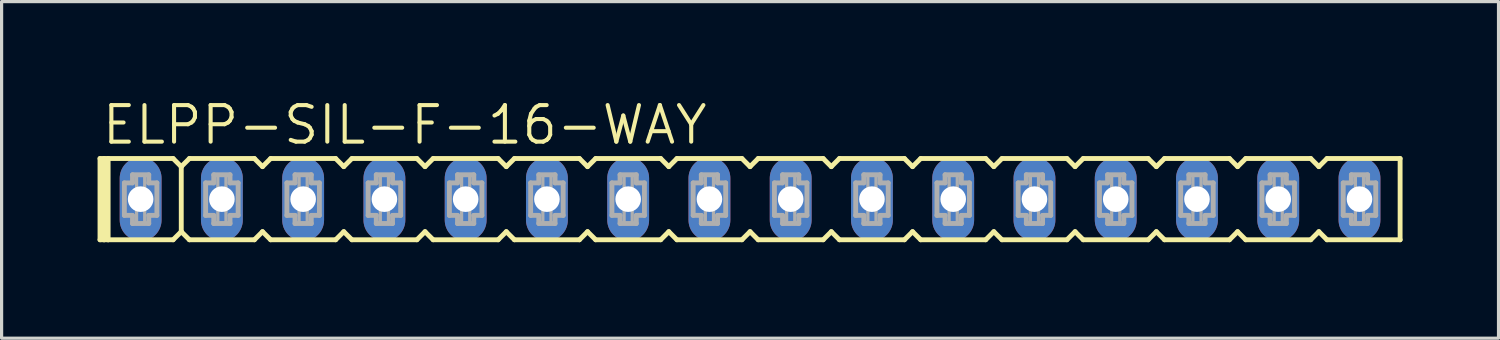
<source format=kicad_pcb>
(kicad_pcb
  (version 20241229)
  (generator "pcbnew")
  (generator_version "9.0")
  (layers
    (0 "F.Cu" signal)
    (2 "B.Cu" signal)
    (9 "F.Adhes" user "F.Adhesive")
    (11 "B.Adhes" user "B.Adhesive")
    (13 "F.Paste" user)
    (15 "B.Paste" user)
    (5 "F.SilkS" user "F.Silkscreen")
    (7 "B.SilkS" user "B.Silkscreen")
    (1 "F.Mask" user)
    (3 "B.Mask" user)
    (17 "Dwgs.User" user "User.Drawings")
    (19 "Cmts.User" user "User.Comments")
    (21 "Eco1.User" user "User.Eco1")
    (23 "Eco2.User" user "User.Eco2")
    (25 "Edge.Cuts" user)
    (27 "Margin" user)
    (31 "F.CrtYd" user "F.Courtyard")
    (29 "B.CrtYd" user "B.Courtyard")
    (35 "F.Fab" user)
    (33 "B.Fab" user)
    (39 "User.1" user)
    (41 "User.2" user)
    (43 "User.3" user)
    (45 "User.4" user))
  (footprint "ELPP-SIL-F-16-WAY"
    (layer "F.Cu")
    (at 20.396 3.175)
    (property "Reference" "ELPP-SIL-F-16-WAY" (at -20.32 -1.651 0) (unlocked yes) (layer "F.SilkS") (effects (font (size 1.143 1.143) (thickness 0.127)) (justify left bottom)))
    (fp_line (start -20.32 -1.27) (end -20.32 1.27) (stroke (width 0.152) (type solid)) (layer "F.SilkS"))
    (fp_line (start -20.32 1.27) (end -20.193 1.27) (stroke (width 0.152) (type solid)) (layer "F.SilkS"))
    (fp_line (start -20.193 -1.27) (end -20.32 -1.27) (stroke (width 0.152) (type solid)) (layer "F.SilkS"))
    (fp_line (start -20.193 -1.27) (end -20.193 1.27) (stroke (width 0.152) (type solid)) (layer "F.SilkS"))
    (fp_line (start -20.193 1.27) (end -20.066 1.27) (stroke (width 0.152) (type solid)) (layer "F.SilkS"))
    (fp_line (start -20.066 -1.27) (end -20.193 -1.27) (stroke (width 0.152) (type solid)) (layer "F.SilkS"))
    (fp_line (start -20.066 -1.27) (end -20.066 1.27) (stroke (width 0.152) (type solid)) (layer "F.SilkS"))
    (fp_line (start -20.066 1.27) (end -18.034 1.27) (stroke (width 0.152) (type solid)) (layer "F.SilkS"))
    (fp_line (start -18.034 -1.27) (end -20.066 -1.27) (stroke (width 0.152) (type solid)) (layer "F.SilkS"))
    (fp_line (start -18.034 1.27) (end -17.78 1.016) (stroke (width 0.152) (type solid)) (layer "F.SilkS"))
    (fp_line (start -17.78 -1.016) (end -18.034 -1.27) (stroke (width 0.152) (type solid)) (layer "F.SilkS"))
    (fp_line (start -17.78 -1.016) (end -17.78 1.016) (stroke (width 0.152) (type solid)) (layer "F.SilkS"))
    (fp_line (start -17.78 1.016) (end -17.526 1.27) (stroke (width 0.152) (type solid)) (layer "F.SilkS"))
    (fp_line (start -17.526 -1.27) (end -17.78 -1.016) (stroke (width 0.152) (type solid)) (layer "F.SilkS"))
    (fp_line (start -17.526 1.27) (end -15.494 1.27) (stroke (width 0.152) (type solid)) (layer "F.SilkS"))
    (fp_line (start -15.494 -1.27) (end -17.526 -1.27) (stroke (width 0.152) (type solid)) (layer "F.SilkS"))
    (fp_line (start -15.494 1.27) (end -15.24 1.016) (stroke (width 0.152) (type solid)) (layer "F.SilkS"))
    (fp_line (start -15.24 -1.016) (end -15.494 -1.27) (stroke (width 0.152) (type solid)) (layer "F.SilkS"))
    (fp_line (start -15.24 1.016) (end -14.986 1.27) (stroke (width 0.152) (type solid)) (layer "F.SilkS"))
    (fp_line (start -14.986 -1.27) (end -15.24 -1.016) (stroke (width 0.152) (type solid)) (layer "F.SilkS"))
    (fp_line (start -14.986 1.27) (end -12.954 1.27) (stroke (width 0.152) (type solid)) (layer "F.SilkS"))
    (fp_line (start -12.954 -1.27) (end -14.986 -1.27) (stroke (width 0.152) (type solid)) (layer "F.SilkS"))
    (fp_line (start -12.954 1.27) (end -12.7 1.016) (stroke (width 0.152) (type solid)) (layer "F.SilkS"))
    (fp_line (start -12.7 -1.016) (end -12.954 -1.27) (stroke (width 0.152) (type solid)) (layer "F.SilkS"))
    (fp_line (start -12.7 1.016) (end -12.446 1.27) (stroke (width 0.152) (type solid)) (layer "F.SilkS"))
    (fp_line (start -12.446 -1.27) (end -12.7 -1.016) (stroke (width 0.152) (type solid)) (layer "F.SilkS"))
    (fp_line (start -12.446 1.27) (end -10.414 1.27) (stroke (width 0.152) (type solid)) (layer "F.SilkS"))
    (fp_line (start -10.414 -1.27) (end -12.446 -1.27) (stroke (width 0.152) (type solid)) (layer "F.SilkS"))
    (fp_line (start -10.414 1.27) (end -10.16 1.016) (stroke (width 0.152) (type solid)) (layer "F.SilkS"))
    (fp_line (start -10.16 -1.016) (end -10.414 -1.27) (stroke (width 0.152) (type solid)) (layer "F.SilkS"))
    (fp_line (start -10.16 1.016) (end -9.906 1.27) (stroke (width 0.152) (type solid)) (layer "F.SilkS"))
    (fp_line (start -9.906 -1.27) (end -10.16 -1.016) (stroke (width 0.152) (type solid)) (layer "F.SilkS"))
    (fp_line (start -9.906 1.27) (end -7.874 1.27) (stroke (width 0.152) (type solid)) (layer "F.SilkS"))
    (fp_line (start -7.874 -1.27) (end -9.906 -1.27) (stroke (width 0.152) (type solid)) (layer "F.SilkS"))
    (fp_line (start -7.874 1.27) (end -7.62 1.016) (stroke (width 0.152) (type solid)) (layer "F.SilkS"))
    (fp_line (start -7.62 -1.016) (end -7.874 -1.27) (stroke (width 0.152) (type solid)) (layer "F.SilkS"))
    (fp_line (start -7.62 1.016) (end -7.366 1.27) (stroke (width 0.152) (type solid)) (layer "F.SilkS"))
    (fp_line (start -7.366 -1.27) (end -7.62 -1.016) (stroke (width 0.152) (type solid)) (layer "F.SilkS"))
    (fp_line (start -7.366 1.27) (end -5.334 1.27) (stroke (width 0.152) (type solid)) (layer "F.SilkS"))
    (fp_line (start -5.334 -1.27) (end -7.366 -1.27) (stroke (width 0.152) (type solid)) (layer "F.SilkS"))
    (fp_line (start -5.334 1.27) (end -5.08 1.016) (stroke (width 0.152) (type solid)) (layer "F.SilkS"))
    (fp_line (start -5.08 -1.016) (end -5.334 -1.27) (stroke (width 0.152) (type solid)) (layer "F.SilkS"))
    (fp_line (start -5.08 1.016) (end -4.826 1.27) (stroke (width 0.152) (type solid)) (layer "F.SilkS"))
    (fp_line (start -4.826 -1.27) (end -5.08 -1.016) (stroke (width 0.152) (type solid)) (layer "F.SilkS"))
    (fp_line (start -4.826 1.27) (end -2.794 1.27) (stroke (width 0.152) (type solid)) (layer "F.SilkS"))
    (fp_line (start -2.794 -1.27) (end -4.826 -1.27) (stroke (width 0.152) (type solid)) (layer "F.SilkS"))
    (fp_line (start -2.794 1.27) (end -2.54 1.016) (stroke (width 0.152) (type solid)) (layer "F.SilkS"))
    (fp_line (start -2.54 -1.016) (end -2.794 -1.27) (stroke (width 0.152) (type solid)) (layer "F.SilkS"))
    (fp_line (start -2.54 1.016) (end -2.286 1.27) (stroke (width 0.152) (type solid)) (layer "F.SilkS"))
    (fp_line (start -2.286 -1.27) (end -2.54 -1.016) (stroke (width 0.152) (type solid)) (layer "F.SilkS"))
    (fp_line (start -2.286 1.27) (end -0.254 1.27) (stroke (width 0.152) (type solid)) (layer "F.SilkS"))
    (fp_line (start -0.254 -1.27) (end -2.286 -1.27) (stroke (width 0.152) (type solid)) (layer "F.SilkS"))
    (fp_line (start -0.254 1.27) (end 0 1.016) (stroke (width 0.152) (type solid)) (layer "F.SilkS"))
    (fp_line (start 0 -1.016) (end -0.254 -1.27) (stroke (width 0.152) (type solid)) (layer "F.SilkS"))
    (fp_line (start 0 1.016) (end 0.254 1.27) (stroke (width 0.152) (type solid)) (layer "F.SilkS"))
    (fp_line (start 0.254 -1.27) (end 0 -1.016) (stroke (width 0.152) (type solid)) (layer "F.SilkS"))
    (fp_line (start 0.254 1.27) (end 2.286 1.27) (stroke (width 0.152) (type solid)) (layer "F.SilkS"))
    (fp_line (start 2.286 -1.27) (end 0.254 -1.27) (stroke (width 0.152) (type solid)) (layer "F.SilkS"))
    (fp_line (start 2.286 1.27) (end 2.54 1.016) (stroke (width 0.152) (type solid)) (layer "F.SilkS"))
    (fp_line (start 2.54 -1.016) (end 2.286 -1.27) (stroke (width 0.152) (type solid)) (layer "F.SilkS"))
    (fp_line (start 2.54 1.016) (end 2.794 1.27) (stroke (width 0.152) (type solid)) (layer "F.SilkS"))
    (fp_line (start 2.794 -1.27) (end 2.54 -1.016) (stroke (width 0.152) (type solid)) (layer "F.SilkS"))
    (fp_line (start 2.794 1.27) (end 4.826 1.27) (stroke (width 0.152) (type solid)) (layer "F.SilkS"))
    (fp_line (start 4.826 -1.27) (end 2.794 -1.27) (stroke (width 0.152) (type solid)) (layer "F.SilkS"))
    (fp_line (start 4.826 1.27) (end 5.08 1.016) (stroke (width 0.152) (type solid)) (layer "F.SilkS"))
    (fp_line (start 5.08 -1.016) (end 4.826 -1.27) (stroke (width 0.152) (type solid)) (layer "F.SilkS"))
    (fp_line (start 5.08 1.016) (end 5.334 1.27) (stroke (width 0.152) (type solid)) (layer "F.SilkS"))
    (fp_line (start 5.334 -1.27) (end 5.08 -1.016) (stroke (width 0.152) (type solid)) (layer "F.SilkS"))
    (fp_line (start 5.334 1.27) (end 7.366 1.27) (stroke (width 0.152) (type solid)) (layer "F.SilkS"))
    (fp_line (start 7.366 -1.27) (end 5.334 -1.27) (stroke (width 0.152) (type solid)) (layer "F.SilkS"))
    (fp_line (start 7.366 1.27) (end 7.62 1.016) (stroke (width 0.152) (type solid)) (layer "F.SilkS"))
    (fp_line (start 7.62 -1.016) (end 7.366 -1.27) (stroke (width 0.152) (type solid)) (layer "F.SilkS"))
    (fp_line (start 7.62 1.016) (end 7.874 1.27) (stroke (width 0.152) (type solid)) (layer "F.SilkS"))
    (fp_line (start 7.874 -1.27) (end 7.62 -1.016) (stroke (width 0.152) (type solid)) (layer "F.SilkS"))
    (fp_line (start 7.874 1.27) (end 9.906 1.27) (stroke (width 0.152) (type solid)) (layer "F.SilkS"))
    (fp_line (start 9.906 -1.27) (end 7.874 -1.27) (stroke (width 0.152) (type solid)) (layer "F.SilkS"))
    (fp_line (start 9.906 1.27) (end 10.16 1.016) (stroke (width 0.152) (type solid)) (layer "F.SilkS"))
    (fp_line (start 10.16 -1.016) (end 9.906 -1.27) (stroke (width 0.152) (type solid)) (layer "F.SilkS"))
    (fp_line (start 10.16 1.016) (end 10.414 1.27) (stroke (width 0.152) (type solid)) (layer "F.SilkS"))
    (fp_line (start 10.414 -1.27) (end 10.16 -1.016) (stroke (width 0.152) (type solid)) (layer "F.SilkS"))
    (fp_line (start 10.414 1.27) (end 12.446 1.27) (stroke (width 0.152) (type solid)) (layer "F.SilkS"))
    (fp_line (start 12.446 -1.27) (end 10.414 -1.27) (stroke (width 0.152) (type solid)) (layer "F.SilkS"))
    (fp_line (start 12.446 1.27) (end 12.7 1.016) (stroke (width 0.152) (type solid)) (layer "F.SilkS"))
    (fp_line (start 12.7 -1.016) (end 12.446 -1.27) (stroke (width 0.152) (type solid)) (layer "F.SilkS"))
    (fp_line (start 12.7 1.016) (end 12.954 1.27) (stroke (width 0.152) (type solid)) (layer "F.SilkS"))
    (fp_line (start 12.954 -1.27) (end 12.7 -1.016) (stroke (width 0.152) (type solid)) (layer "F.SilkS"))
    (fp_line (start 12.954 1.27) (end 14.986 1.27) (stroke (width 0.152) (type solid)) (layer "F.SilkS"))
    (fp_line (start 14.986 -1.27) (end 12.954 -1.27) (stroke (width 0.152) (type solid)) (layer "F.SilkS"))
    (fp_line (start 14.986 1.27) (end 15.24 1.016) (stroke (width 0.152) (type solid)) (layer "F.SilkS"))
    (fp_line (start 15.24 -1.016) (end 14.986 -1.27) (stroke (width 0.152) (type solid)) (layer "F.SilkS"))
    (fp_line (start 15.24 1.016) (end 15.494 1.27) (stroke (width 0.152) (type solid)) (layer "F.SilkS"))
    (fp_line (start 15.494 -1.27) (end 15.24 -1.016) (stroke (width 0.152) (type solid)) (layer "F.SilkS"))
    (fp_line (start 15.494 1.27) (end 17.526 1.27) (stroke (width 0.152) (type solid)) (layer "F.SilkS"))
    (fp_line (start 17.526 -1.27) (end 15.494 -1.27) (stroke (width 0.152) (type solid)) (layer "F.SilkS"))
    (fp_line (start 17.526 1.27) (end 17.78 1.016) (stroke (width 0.152) (type solid)) (layer "F.SilkS"))
    (fp_line (start 17.78 -1.016) (end 17.526 -1.27) (stroke (width 0.152) (type solid)) (layer "F.SilkS"))
    (fp_line (start 17.78 1.016) (end 18.034 1.27) (stroke (width 0.152) (type solid)) (layer "F.SilkS"))
    (fp_line (start 18.034 -1.27) (end 17.78 -1.016) (stroke (width 0.152) (type solid)) (layer "F.SilkS"))
    (fp_line (start 18.034 1.27) (end 20.32 1.27) (stroke (width 0.152) (type solid)) (layer "F.SilkS"))
    (fp_line (start 20.32 -1.27) (end 18.034 -1.27) (stroke (width 0.152) (type solid)) (layer "F.SilkS"))
    (fp_line (start 20.32 1.27) (end 20.32 -1.27) (stroke (width 0.152) (type solid)) (layer "F.SilkS"))
    (fp_line (start -19.558 -0.508) (end -19.558 0.508) (stroke (width 0.152) (type solid)) (layer "F.Fab"))
    (fp_line (start -19.558 0.508) (end -19.304 0.508) (stroke (width 0.152) (type solid)) (layer "F.Fab"))
    (fp_line (start -19.304 -0.762) (end -19.304 -0.508) (stroke (width 0.152) (type solid)) (layer "F.Fab"))
    (fp_line (start -19.304 -0.508) (end -19.558 -0.508) (stroke (width 0.152) (type solid)) (layer "F.Fab"))
    (fp_line (start -19.304 0.508) (end -19.304 0.762) (stroke (width 0.152) (type solid)) (layer "F.Fab"))
    (fp_line (start -19.304 0.762) (end -18.796 0.762) (stroke (width 0.152) (type solid)) (layer "F.Fab"))
    (fp_line (start -18.796 -0.762) (end -19.304 -0.762) (stroke (width 0.152) (type solid)) (layer "F.Fab"))
    (fp_line (start -18.796 -0.508) (end -18.796 -0.762) (stroke (width 0.152) (type solid)) (layer "F.Fab"))
    (fp_line (start -18.796 0.508) (end -18.542 0.508) (stroke (width 0.152) (type solid)) (layer "F.Fab"))
    (fp_line (start -18.796 0.762) (end -18.796 0.508) (stroke (width 0.152) (type solid)) (layer "F.Fab"))
    (fp_line (start -18.542 -0.508) (end -18.796 -0.508) (stroke (width 0.152) (type solid)) (layer "F.Fab"))
    (fp_line (start -18.542 0.508) (end -18.542 -0.508) (stroke (width 0.152) (type solid)) (layer "F.Fab"))
    (fp_line (start -17.018 -0.508) (end -17.018 0.508) (stroke (width 0.152) (type solid)) (layer "F.Fab"))
    (fp_line (start -17.018 0.508) (end -16.764 0.508) (stroke (width 0.152) (type solid)) (layer "F.Fab"))
    (fp_line (start -16.764 -0.762) (end -16.764 -0.508) (stroke (width 0.152) (type solid)) (layer "F.Fab"))
    (fp_line (start -16.764 -0.508) (end -17.018 -0.508) (stroke (width 0.152) (type solid)) (layer "F.Fab"))
    (fp_line (start -16.764 0.508) (end -16.764 0.762) (stroke (width 0.152) (type solid)) (layer "F.Fab"))
    (fp_line (start -16.764 0.762) (end -16.256 0.762) (stroke (width 0.152) (type solid)) (layer "F.Fab"))
    (fp_line (start -16.256 -0.762) (end -16.764 -0.762) (stroke (width 0.152) (type solid)) (layer "F.Fab"))
    (fp_line (start -16.256 -0.508) (end -16.256 -0.762) (stroke (width 0.152) (type solid)) (layer "F.Fab"))
    (fp_line (start -16.256 0.508) (end -16.002 0.508) (stroke (width 0.152) (type solid)) (layer "F.Fab"))
    (fp_line (start -16.256 0.762) (end -16.256 0.508) (stroke (width 0.152) (type solid)) (layer "F.Fab"))
    (fp_line (start -16.002 -0.508) (end -16.256 -0.508) (stroke (width 0.152) (type solid)) (layer "F.Fab"))
    (fp_line (start -16.002 0.508) (end -16.002 -0.508) (stroke (width 0.152) (type solid)) (layer "F.Fab"))
    (fp_line (start -14.478 -0.508) (end -14.478 0.508) (stroke (width 0.152) (type solid)) (layer "F.Fab"))
    (fp_line (start -14.478 0.508) (end -14.224 0.508) (stroke (width 0.152) (type solid)) (layer "F.Fab"))
    (fp_line (start -14.224 -0.762) (end -14.224 -0.508) (stroke (width 0.152) (type solid)) (layer "F.Fab"))
    (fp_line (start -14.224 -0.508) (end -14.478 -0.508) (stroke (width 0.152) (type solid)) (layer "F.Fab"))
    (fp_line (start -14.224 0.508) (end -14.224 0.762) (stroke (width 0.152) (type solid)) (layer "F.Fab"))
    (fp_line (start -14.224 0.762) (end -13.716 0.762) (stroke (width 0.152) (type solid)) (layer "F.Fab"))
    (fp_line (start -13.716 -0.762) (end -14.224 -0.762) (stroke (width 0.152) (type solid)) (layer "F.Fab"))
    (fp_line (start -13.716 -0.508) (end -13.716 -0.762) (stroke (width 0.152) (type solid)) (layer "F.Fab"))
    (fp_line (start -13.716 0.508) (end -13.462 0.508) (stroke (width 0.152) (type solid)) (layer "F.Fab"))
    (fp_line (start -13.716 0.762) (end -13.716 0.508) (stroke (width 0.152) (type solid)) (layer "F.Fab"))
    (fp_line (start -13.462 -0.508) (end -13.716 -0.508) (stroke (width 0.152) (type solid)) (layer "F.Fab"))
    (fp_line (start -13.462 0.508) (end -13.462 -0.508) (stroke (width 0.152) (type solid)) (layer "F.Fab"))
    (fp_line (start -11.938 -0.508) (end -11.938 0.508) (stroke (width 0.152) (type solid)) (layer "F.Fab"))
    (fp_line (start -11.938 0.508) (end -11.684 0.508) (stroke (width 0.152) (type solid)) (layer "F.Fab"))
    (fp_line (start -11.684 -0.762) (end -11.684 -0.508) (stroke (width 0.152) (type solid)) (layer "F.Fab"))
    (fp_line (start -11.684 -0.508) (end -11.938 -0.508) (stroke (width 0.152) (type solid)) (layer "F.Fab"))
    (fp_line (start -11.684 0.508) (end -11.684 0.762) (stroke (width 0.152) (type solid)) (layer "F.Fab"))
    (fp_line (start -11.684 0.762) (end -11.176 0.762) (stroke (width 0.152) (type solid)) (layer "F.Fab"))
    (fp_line (start -11.176 -0.762) (end -11.684 -0.762) (stroke (width 0.152) (type solid)) (layer "F.Fab"))
    (fp_line (start -11.176 -0.508) (end -11.176 -0.762) (stroke (width 0.152) (type solid)) (layer "F.Fab"))
    (fp_line (start -11.176 0.508) (end -10.922 0.508) (stroke (width 0.152) (type solid)) (layer "F.Fab"))
    (fp_line (start -11.176 0.762) (end -11.176 0.508) (stroke (width 0.152) (type solid)) (layer "F.Fab"))
    (fp_line (start -10.922 -0.508) (end -11.176 -0.508) (stroke (width 0.152) (type solid)) (layer "F.Fab"))
    (fp_line (start -10.922 0.508) (end -10.922 -0.508) (stroke (width 0.152) (type solid)) (layer "F.Fab"))
    (fp_line (start -9.398 -0.508) (end -9.398 0.508) (stroke (width 0.152) (type solid)) (layer "F.Fab"))
    (fp_line (start -9.398 0.508) (end -9.144 0.508) (stroke (width 0.152) (type solid)) (layer "F.Fab"))
    (fp_line (start -9.144 -0.762) (end -9.144 -0.508) (stroke (width 0.152) (type solid)) (layer "F.Fab"))
    (fp_line (start -9.144 -0.508) (end -9.398 -0.508) (stroke (width 0.152) (type solid)) (layer "F.Fab"))
    (fp_line (start -9.144 0.508) (end -9.144 0.762) (stroke (width 0.152) (type solid)) (layer "F.Fab"))
    (fp_line (start -9.144 0.762) (end -8.636 0.762) (stroke (width 0.152) (type solid)) (layer "F.Fab"))
    (fp_line (start -8.636 -0.762) (end -9.144 -0.762) (stroke (width 0.152) (type solid)) (layer "F.Fab"))
    (fp_line (start -8.636 -0.508) (end -8.636 -0.762) (stroke (width 0.152) (type solid)) (layer "F.Fab"))
    (fp_line (start -8.636 0.508) (end -8.382 0.508) (stroke (width 0.152) (type solid)) (layer "F.Fab"))
    (fp_line (start -8.636 0.762) (end -8.636 0.508) (stroke (width 0.152) (type solid)) (layer "F.Fab"))
    (fp_line (start -8.382 -0.508) (end -8.636 -0.508) (stroke (width 0.152) (type solid)) (layer "F.Fab"))
    (fp_line (start -8.382 0.508) (end -8.382 -0.508) (stroke (width 0.152) (type solid)) (layer "F.Fab"))
    (fp_line (start -6.858 -0.508) (end -6.858 0.508) (stroke (width 0.152) (type solid)) (layer "F.Fab"))
    (fp_line (start -6.858 0.508) (end -6.604 0.508) (stroke (width 0.152) (type solid)) (layer "F.Fab"))
    (fp_line (start -6.604 -0.762) (end -6.604 -0.508) (stroke (width 0.152) (type solid)) (layer "F.Fab"))
    (fp_line (start -6.604 -0.508) (end -6.858 -0.508) (stroke (width 0.152) (type solid)) (layer "F.Fab"))
    (fp_line (start -6.604 0.508) (end -6.604 0.762) (stroke (width 0.152) (type solid)) (layer "F.Fab"))
    (fp_line (start -6.604 0.762) (end -6.096 0.762) (stroke (width 0.152) (type solid)) (layer "F.Fab"))
    (fp_line (start -6.096 -0.762) (end -6.604 -0.762) (stroke (width 0.152) (type solid)) (layer "F.Fab"))
    (fp_line (start -6.096 -0.508) (end -6.096 -0.762) (stroke (width 0.152) (type solid)) (layer "F.Fab"))
    (fp_line (start -6.096 0.508) (end -5.842 0.508) (stroke (width 0.152) (type solid)) (layer "F.Fab"))
    (fp_line (start -6.096 0.762) (end -6.096 0.508) (stroke (width 0.152) (type solid)) (layer "F.Fab"))
    (fp_line (start -5.842 -0.508) (end -6.096 -0.508) (stroke (width 0.152) (type solid)) (layer "F.Fab"))
    (fp_line (start -5.842 0.508) (end -5.842 -0.508) (stroke (width 0.152) (type solid)) (layer "F.Fab"))
    (fp_line (start -4.318 -0.508) (end -4.318 0.508) (stroke (width 0.152) (type solid)) (layer "F.Fab"))
    (fp_line (start -4.318 0.508) (end -4.064 0.508) (stroke (width 0.152) (type solid)) (layer "F.Fab"))
    (fp_line (start -4.064 -0.762) (end -4.064 -0.508) (stroke (width 0.152) (type solid)) (layer "F.Fab"))
    (fp_line (start -4.064 -0.508) (end -4.318 -0.508) (stroke (width 0.152) (type solid)) (layer "F.Fab"))
    (fp_line (start -4.064 0.508) (end -4.064 0.762) (stroke (width 0.152) (type solid)) (layer "F.Fab"))
    (fp_line (start -4.064 0.762) (end -3.556 0.762) (stroke (width 0.152) (type solid)) (layer "F.Fab"))
    (fp_line (start -3.556 -0.762) (end -4.064 -0.762) (stroke (width 0.152) (type solid)) (layer "F.Fab"))
    (fp_line (start -3.556 -0.508) (end -3.556 -0.762) (stroke (width 0.152) (type solid)) (layer "F.Fab"))
    (fp_line (start -3.556 0.508) (end -3.302 0.508) (stroke (width 0.152) (type solid)) (layer "F.Fab"))
    (fp_line (start -3.556 0.762) (end -3.556 0.508) (stroke (width 0.152) (type solid)) (layer "F.Fab"))
    (fp_line (start -3.302 -0.508) (end -3.556 -0.508) (stroke (width 0.152) (type solid)) (layer "F.Fab"))
    (fp_line (start -3.302 0.508) (end -3.302 -0.508) (stroke (width 0.152) (type solid)) (layer "F.Fab"))
    (fp_line (start -1.778 -0.508) (end -1.778 0.508) (stroke (width 0.152) (type solid)) (layer "F.Fab"))
    (fp_line (start -1.778 0.508) (end -1.524 0.508) (stroke (width 0.152) (type solid)) (layer "F.Fab"))
    (fp_line (start -1.524 -0.762) (end -1.524 -0.508) (stroke (width 0.152) (type solid)) (layer "F.Fab"))
    (fp_line (start -1.524 -0.508) (end -1.778 -0.508) (stroke (width 0.152) (type solid)) (layer "F.Fab"))
    (fp_line (start -1.524 0.508) (end -1.524 0.762) (stroke (width 0.152) (type solid)) (layer "F.Fab"))
    (fp_line (start -1.524 0.762) (end -1.016 0.762) (stroke (width 0.152) (type solid)) (layer "F.Fab"))
    (fp_line (start -1.016 -0.762) (end -1.524 -0.762) (stroke (width 0.152) (type solid)) (layer "F.Fab"))
    (fp_line (start -1.016 -0.508) (end -1.016 -0.762) (stroke (width 0.152) (type solid)) (layer "F.Fab"))
    (fp_line (start -1.016 0.508) (end -0.762 0.508) (stroke (width 0.152) (type solid)) (layer "F.Fab"))
    (fp_line (start -1.016 0.762) (end -1.016 0.508) (stroke (width 0.152) (type solid)) (layer "F.Fab"))
    (fp_line (start -0.762 -0.508) (end -1.016 -0.508) (stroke (width 0.152) (type solid)) (layer "F.Fab"))
    (fp_line (start -0.762 0.508) (end -0.762 -0.508) (stroke (width 0.152) (type solid)) (layer "F.Fab"))
    (fp_line (start 0.762 -0.508) (end 0.762 0.508) (stroke (width 0.152) (type solid)) (layer "F.Fab"))
    (fp_line (start 0.762 0.508) (end 1.016 0.508) (stroke (width 0.152) (type solid)) (layer "F.Fab"))
    (fp_line (start 1.016 -0.762) (end 1.016 -0.508) (stroke (width 0.152) (type solid)) (layer "F.Fab"))
    (fp_line (start 1.016 -0.508) (end 0.762 -0.508) (stroke (width 0.152) (type solid)) (layer "F.Fab"))
    (fp_line (start 1.016 0.508) (end 1.016 0.762) (stroke (width 0.152) (type solid)) (layer "F.Fab"))
    (fp_line (start 1.016 0.762) (end 1.524 0.762) (stroke (width 0.152) (type solid)) (layer "F.Fab"))
    (fp_line (start 1.524 -0.762) (end 1.016 -0.762) (stroke (width 0.152) (type solid)) (layer "F.Fab"))
    (fp_line (start 1.524 -0.508) (end 1.524 -0.762) (stroke (width 0.152) (type solid)) (layer "F.Fab"))
    (fp_line (start 1.524 0.508) (end 1.778 0.508) (stroke (width 0.152) (type solid)) (layer "F.Fab"))
    (fp_line (start 1.524 0.762) (end 1.524 0.508) (stroke (width 0.152) (type solid)) (layer "F.Fab"))
    (fp_line (start 1.778 -0.508) (end 1.524 -0.508) (stroke (width 0.152) (type solid)) (layer "F.Fab"))
    (fp_line (start 1.778 0.508) (end 1.778 -0.508) (stroke (width 0.152) (type solid)) (layer "F.Fab"))
    (fp_line (start 3.302 -0.508) (end 3.302 0.508) (stroke (width 0.152) (type solid)) (layer "F.Fab"))
    (fp_line (start 3.302 0.508) (end 3.556 0.508) (stroke (width 0.152) (type solid)) (layer "F.Fab"))
    (fp_line (start 3.556 -0.762) (end 3.556 -0.508) (stroke (width 0.152) (type solid)) (layer "F.Fab"))
    (fp_line (start 3.556 -0.508) (end 3.302 -0.508) (stroke (width 0.152) (type solid)) (layer "F.Fab"))
    (fp_line (start 3.556 0.508) (end 3.556 0.762) (stroke (width 0.152) (type solid)) (layer "F.Fab"))
    (fp_line (start 3.556 0.762) (end 4.064 0.762) (stroke (width 0.152) (type solid)) (layer "F.Fab"))
    (fp_line (start 4.064 -0.762) (end 3.556 -0.762) (stroke (width 0.152) (type solid)) (layer "F.Fab"))
    (fp_line (start 4.064 -0.508) (end 4.064 -0.762) (stroke (width 0.152) (type solid)) (layer "F.Fab"))
    (fp_line (start 4.064 0.508) (end 4.318 0.508) (stroke (width 0.152) (type solid)) (layer "F.Fab"))
    (fp_line (start 4.064 0.762) (end 4.064 0.508) (stroke (width 0.152) (type solid)) (layer "F.Fab"))
    (fp_line (start 4.318 -0.508) (end 4.064 -0.508) (stroke (width 0.152) (type solid)) (layer "F.Fab"))
    (fp_line (start 4.318 0.508) (end 4.318 -0.508) (stroke (width 0.152) (type solid)) (layer "F.Fab"))
    (fp_line (start 5.842 -0.508) (end 5.842 0.508) (stroke (width 0.152) (type solid)) (layer "F.Fab"))
    (fp_line (start 5.842 0.508) (end 6.096 0.508) (stroke (width 0.152) (type solid)) (layer "F.Fab"))
    (fp_line (start 6.096 -0.762) (end 6.096 -0.508) (stroke (width 0.152) (type solid)) (layer "F.Fab"))
    (fp_line (start 6.096 -0.508) (end 5.842 -0.508) (stroke (width 0.152) (type solid)) (layer "F.Fab"))
    (fp_line (start 6.096 0.508) (end 6.096 0.762) (stroke (width 0.152) (type solid)) (layer "F.Fab"))
    (fp_line (start 6.096 0.762) (end 6.604 0.762) (stroke (width 0.152) (type solid)) (layer "F.Fab"))
    (fp_line (start 6.604 -0.762) (end 6.096 -0.762) (stroke (width 0.152) (type solid)) (layer "F.Fab"))
    (fp_line (start 6.604 -0.508) (end 6.604 -0.762) (stroke (width 0.152) (type solid)) (layer "F.Fab"))
    (fp_line (start 6.604 0.508) (end 6.858 0.508) (stroke (width 0.152) (type solid)) (layer "F.Fab"))
    (fp_line (start 6.604 0.762) (end 6.604 0.508) (stroke (width 0.152) (type solid)) (layer "F.Fab"))
    (fp_line (start 6.858 -0.508) (end 6.604 -0.508) (stroke (width 0.152) (type solid)) (layer "F.Fab"))
    (fp_line (start 6.858 0.508) (end 6.858 -0.508) (stroke (width 0.152) (type solid)) (layer "F.Fab"))
    (fp_line (start 8.382 -0.508) (end 8.382 0.508) (stroke (width 0.152) (type solid)) (layer "F.Fab"))
    (fp_line (start 8.382 0.508) (end 8.636 0.508) (stroke (width 0.152) (type solid)) (layer "F.Fab"))
    (fp_line (start 8.636 -0.762) (end 8.636 -0.508) (stroke (width 0.152) (type solid)) (layer "F.Fab"))
    (fp_line (start 8.636 -0.508) (end 8.382 -0.508) (stroke (width 0.152) (type solid)) (layer "F.Fab"))
    (fp_line (start 8.636 0.508) (end 8.636 0.762) (stroke (width 0.152) (type solid)) (layer "F.Fab"))
    (fp_line (start 8.636 0.762) (end 9.144 0.762) (stroke (width 0.152) (type solid)) (layer "F.Fab"))
    (fp_line (start 9.144 -0.762) (end 8.636 -0.762) (stroke (width 0.152) (type solid)) (layer "F.Fab"))
    (fp_line (start 9.144 -0.508) (end 9.144 -0.762) (stroke (width 0.152) (type solid)) (layer "F.Fab"))
    (fp_line (start 9.144 0.508) (end 9.398 0.508) (stroke (width 0.152) (type solid)) (layer "F.Fab"))
    (fp_line (start 9.144 0.762) (end 9.144 0.508) (stroke (width 0.152) (type solid)) (layer "F.Fab"))
    (fp_line (start 9.398 -0.508) (end 9.144 -0.508) (stroke (width 0.152) (type solid)) (layer "F.Fab"))
    (fp_line (start 9.398 0.508) (end 9.398 -0.508) (stroke (width 0.152) (type solid)) (layer "F.Fab"))
    (fp_line (start 10.922 -0.508) (end 10.922 0.508) (stroke (width 0.152) (type solid)) (layer "F.Fab"))
    (fp_line (start 10.922 0.508) (end 11.176 0.508) (stroke (width 0.152) (type solid)) (layer "F.Fab"))
    (fp_line (start 11.176 -0.762) (end 11.176 -0.508) (stroke (width 0.152) (type solid)) (layer "F.Fab"))
    (fp_line (start 11.176 -0.508) (end 10.922 -0.508) (stroke (width 0.152) (type solid)) (layer "F.Fab"))
    (fp_line (start 11.176 0.508) (end 11.176 0.762) (stroke (width 0.152) (type solid)) (layer "F.Fab"))
    (fp_line (start 11.176 0.762) (end 11.684 0.762) (stroke (width 0.152) (type solid)) (layer "F.Fab"))
    (fp_line (start 11.684 -0.762) (end 11.176 -0.762) (stroke (width 0.152) (type solid)) (layer "F.Fab"))
    (fp_line (start 11.684 -0.508) (end 11.684 -0.762) (stroke (width 0.152) (type solid)) (layer "F.Fab"))
    (fp_line (start 11.684 0.508) (end 11.938 0.508) (stroke (width 0.152) (type solid)) (layer "F.Fab"))
    (fp_line (start 11.684 0.762) (end 11.684 0.508) (stroke (width 0.152) (type solid)) (layer "F.Fab"))
    (fp_line (start 11.938 -0.508) (end 11.684 -0.508) (stroke (width 0.152) (type solid)) (layer "F.Fab"))
    (fp_line (start 11.938 0.508) (end 11.938 -0.508) (stroke (width 0.152) (type solid)) (layer "F.Fab"))
    (fp_line (start 13.462 -0.508) (end 13.462 0.508) (stroke (width 0.152) (type solid)) (layer "F.Fab"))
    (fp_line (start 13.462 0.508) (end 13.716 0.508) (stroke (width 0.152) (type solid)) (layer "F.Fab"))
    (fp_line (start 13.716 -0.762) (end 13.716 -0.508) (stroke (width 0.152) (type solid)) (layer "F.Fab"))
    (fp_line (start 13.716 -0.508) (end 13.462 -0.508) (stroke (width 0.152) (type solid)) (layer "F.Fab"))
    (fp_line (start 13.716 0.508) (end 13.716 0.762) (stroke (width 0.152) (type solid)) (layer "F.Fab"))
    (fp_line (start 13.716 0.762) (end 14.224 0.762) (stroke (width 0.152) (type solid)) (layer "F.Fab"))
    (fp_line (start 14.224 -0.762) (end 13.716 -0.762) (stroke (width 0.152) (type solid)) (layer "F.Fab"))
    (fp_line (start 14.224 -0.508) (end 14.224 -0.762) (stroke (width 0.152) (type solid)) (layer "F.Fab"))
    (fp_line (start 14.224 0.508) (end 14.478 0.508) (stroke (width 0.152) (type solid)) (layer "F.Fab"))
    (fp_line (start 14.224 0.762) (end 14.224 0.508) (stroke (width 0.152) (type solid)) (layer "F.Fab"))
    (fp_line (start 14.478 -0.508) (end 14.224 -0.508) (stroke (width 0.152) (type solid)) (layer "F.Fab"))
    (fp_line (start 14.478 0.508) (end 14.478 -0.508) (stroke (width 0.152) (type solid)) (layer "F.Fab"))
    (fp_line (start 16.002 -0.508) (end 16.002 0.508) (stroke (width 0.152) (type solid)) (layer "F.Fab"))
    (fp_line (start 16.002 0.508) (end 16.256 0.508) (stroke (width 0.152) (type solid)) (layer "F.Fab"))
    (fp_line (start 16.256 -0.762) (end 16.256 -0.508) (stroke (width 0.152) (type solid)) (layer "F.Fab"))
    (fp_line (start 16.256 -0.508) (end 16.002 -0.508) (stroke (width 0.152) (type solid)) (layer "F.Fab"))
    (fp_line (start 16.256 0.508) (end 16.256 0.762) (stroke (width 0.152) (type solid)) (layer "F.Fab"))
    (fp_line (start 16.256 0.762) (end 16.764 0.762) (stroke (width 0.152) (type solid)) (layer "F.Fab"))
    (fp_line (start 16.764 -0.762) (end 16.256 -0.762) (stroke (width 0.152) (type solid)) (layer "F.Fab"))
    (fp_line (start 16.764 -0.508) (end 16.764 -0.762) (stroke (width 0.152) (type solid)) (layer "F.Fab"))
    (fp_line (start 16.764 0.508) (end 17.018 0.508) (stroke (width 0.152) (type solid)) (layer "F.Fab"))
    (fp_line (start 16.764 0.762) (end 16.764 0.508) (stroke (width 0.152) (type solid)) (layer "F.Fab"))
    (fp_line (start 17.018 -0.508) (end 16.764 -0.508) (stroke (width 0.152) (type solid)) (layer "F.Fab"))
    (fp_line (start 17.018 0.508) (end 17.018 -0.508) (stroke (width 0.152) (type solid)) (layer "F.Fab"))
    (fp_line (start 18.542 -0.508) (end 18.542 0.508) (stroke (width 0.152) (type solid)) (layer "F.Fab"))
    (fp_line (start 18.542 0.508) (end 18.796 0.508) (stroke (width 0.152) (type solid)) (layer "F.Fab"))
    (fp_line (start 18.796 -0.762) (end 18.796 -0.508) (stroke (width 0.152) (type solid)) (layer "F.Fab"))
    (fp_line (start 18.796 -0.508) (end 18.542 -0.508) (stroke (width 0.152) (type solid)) (layer "F.Fab"))
    (fp_line (start 18.796 0.508) (end 18.796 0.762) (stroke (width 0.152) (type solid)) (layer "F.Fab"))
    (fp_line (start 18.796 0.762) (end 19.304 0.762) (stroke (width 0.152) (type solid)) (layer "F.Fab"))
    (fp_line (start 19.304 -0.762) (end 18.796 -0.762) (stroke (width 0.152) (type solid)) (layer "F.Fab"))
    (fp_line (start 19.304 -0.508) (end 19.304 -0.762) (stroke (width 0.152) (type solid)) (layer "F.Fab"))
    (fp_line (start 19.304 0.508) (end 19.558 0.508) (stroke (width 0.152) (type solid)) (layer "F.Fab"))
    (fp_line (start 19.304 0.762) (end 19.304 0.508) (stroke (width 0.152) (type solid)) (layer "F.Fab"))
    (fp_line (start 19.558 -0.508) (end 19.304 -0.508) (stroke (width 0.152) (type solid)) (layer "F.Fab"))
    (fp_line (start 19.558 0.508) (end 19.558 -0.508) (stroke (width 0.152) (type solid)) (layer "F.Fab"))
    (fp_poly (pts (xy -19.177 -0.254) (xy -18.923 -0.254) (xy -18.923 -0.762) (xy -19.177 -0.762)) (stroke (width 0.1) (type default)) (fill no) (layer "F.Fab"))
    (fp_poly (pts (xy -19.177 0.762) (xy -18.923 0.762) (xy -18.923 0.254) (xy -19.177 0.254)) (stroke (width 0.1) (type default)) (fill no) (layer "F.Fab"))
    (fp_poly (pts (xy -16.637 -0.254) (xy -16.383 -0.254) (xy -16.383 -0.762) (xy -16.637 -0.762)) (stroke (width 0.1) (type default)) (fill no) (layer "F.Fab"))
    (fp_poly (pts (xy -16.637 0.762) (xy -16.383 0.762) (xy -16.383 0.254) (xy -16.637 0.254)) (stroke (width 0.1) (type default)) (fill no) (layer "F.Fab"))
    (fp_poly (pts (xy -14.097 -0.254) (xy -13.843 -0.254) (xy -13.843 -0.762) (xy -14.097 -0.762)) (stroke (width 0.1) (type default)) (fill no) (layer "F.Fab"))
    (fp_poly (pts (xy -14.097 0.762) (xy -13.843 0.762) (xy -13.843 0.254) (xy -14.097 0.254)) (stroke (width 0.1) (type default)) (fill no) (layer "F.Fab"))
    (fp_poly (pts (xy -11.557 -0.254) (xy -11.303 -0.254) (xy -11.303 -0.762) (xy -11.557 -0.762)) (stroke (width 0.1) (type default)) (fill no) (layer "F.Fab"))
    (fp_poly (pts (xy -11.557 0.762) (xy -11.303 0.762) (xy -11.303 0.254) (xy -11.557 0.254)) (stroke (width 0.1) (type default)) (fill no) (layer "F.Fab"))
    (fp_poly (pts (xy -9.017 -0.254) (xy -8.763 -0.254) (xy -8.763 -0.762) (xy -9.017 -0.762)) (stroke (width 0.1) (type default)) (fill no) (layer "F.Fab"))
    (fp_poly (pts (xy -9.017 0.762) (xy -8.763 0.762) (xy -8.763 0.254) (xy -9.017 0.254)) (stroke (width 0.1) (type default)) (fill no) (layer "F.Fab"))
    (fp_poly (pts (xy -6.477 -0.254) (xy -6.223 -0.254) (xy -6.223 -0.762) (xy -6.477 -0.762)) (stroke (width 0.1) (type default)) (fill no) (layer "F.Fab"))
    (fp_poly (pts (xy -6.477 0.762) (xy -6.223 0.762) (xy -6.223 0.254) (xy -6.477 0.254)) (stroke (width 0.1) (type default)) (fill no) (layer "F.Fab"))
    (fp_poly (pts (xy -3.937 -0.254) (xy -3.683 -0.254) (xy -3.683 -0.762) (xy -3.937 -0.762)) (stroke (width 0.1) (type default)) (fill no) (layer "F.Fab"))
    (fp_poly (pts (xy -3.937 0.762) (xy -3.683 0.762) (xy -3.683 0.254) (xy -3.937 0.254)) (stroke (width 0.1) (type default)) (fill no) (layer "F.Fab"))
    (fp_poly (pts (xy -1.397 -0.254) (xy -1.143 -0.254) (xy -1.143 -0.762) (xy -1.397 -0.762)) (stroke (width 0.1) (type default)) (fill no) (layer "F.Fab"))
    (fp_poly (pts (xy -1.397 0.762) (xy -1.143 0.762) (xy -1.143 0.254) (xy -1.397 0.254)) (stroke (width 0.1) (type default)) (fill no) (layer "F.Fab"))
    (fp_poly (pts (xy 1.143 -0.254) (xy 1.397 -0.254) (xy 1.397 -0.762) (xy 1.143 -0.762)) (stroke (width 0.1) (type default)) (fill no) (layer "F.Fab"))
    (fp_poly (pts (xy 1.143 0.762) (xy 1.397 0.762) (xy 1.397 0.254) (xy 1.143 0.254)) (stroke (width 0.1) (type default)) (fill no) (layer "F.Fab"))
    (fp_poly (pts (xy 3.683 -0.254) (xy 3.937 -0.254) (xy 3.937 -0.762) (xy 3.683 -0.762)) (stroke (width 0.1) (type default)) (fill no) (layer "F.Fab"))
    (fp_poly (pts (xy 3.683 0.762) (xy 3.937 0.762) (xy 3.937 0.254) (xy 3.683 0.254)) (stroke (width 0.1) (type default)) (fill no) (layer "F.Fab"))
    (fp_poly (pts (xy 6.223 -0.254) (xy 6.477 -0.254) (xy 6.477 -0.762) (xy 6.223 -0.762)) (stroke (width 0.1) (type default)) (fill no) (layer "F.Fab"))
    (fp_poly (pts (xy 6.223 0.762) (xy 6.477 0.762) (xy 6.477 0.254) (xy 6.223 0.254)) (stroke (width 0.1) (type default)) (fill no) (layer "F.Fab"))
    (fp_poly (pts (xy 8.763 -0.254) (xy 9.017 -0.254) (xy 9.017 -0.762) (xy 8.763 -0.762)) (stroke (width 0.1) (type default)) (fill no) (layer "F.Fab"))
    (fp_poly (pts (xy 8.763 0.762) (xy 9.017 0.762) (xy 9.017 0.254) (xy 8.763 0.254)) (stroke (width 0.1) (type default)) (fill no) (layer "F.Fab"))
    (fp_poly (pts (xy 11.303 -0.254) (xy 11.557 -0.254) (xy 11.557 -0.762) (xy 11.303 -0.762)) (stroke (width 0.1) (type default)) (fill no) (layer "F.Fab"))
    (fp_poly (pts (xy 11.303 0.762) (xy 11.557 0.762) (xy 11.557 0.254) (xy 11.303 0.254)) (stroke (width 0.1) (type default)) (fill no) (layer "F.Fab"))
    (fp_poly (pts (xy 13.843 -0.254) (xy 14.097 -0.254) (xy 14.097 -0.762) (xy 13.843 -0.762)) (stroke (width 0.1) (type default)) (fill no) (layer "F.Fab"))
    (fp_poly (pts (xy 13.843 0.762) (xy 14.097 0.762) (xy 14.097 0.254) (xy 13.843 0.254)) (stroke (width 0.1) (type default)) (fill no) (layer "F.Fab"))
    (fp_poly (pts (xy 16.383 -0.254) (xy 16.637 -0.254) (xy 16.637 -0.762) (xy 16.383 -0.762)) (stroke (width 0.1) (type default)) (fill no) (layer "F.Fab"))
    (fp_poly (pts (xy 16.383 0.762) (xy 16.637 0.762) (xy 16.637 0.254) (xy 16.383 0.254)) (stroke (width 0.1) (type default)) (fill no) (layer "F.Fab"))
    (fp_poly (pts (xy 18.923 -0.254) (xy 19.177 -0.254) (xy 19.177 -0.762) (xy 18.923 -0.762)) (stroke (width 0.1) (type default)) (fill no) (layer "F.Fab"))
    (fp_poly (pts (xy 18.923 0.762) (xy 19.177 0.762) (xy 19.177 0.254) (xy 18.923 0.254)) (stroke (width 0.1) (type default)) (fill no) (layer "F.Fab"))
    (pad "1" thru_hole oval (at -19.05 0 90) (size 2.616 1.308) (drill 0.8) (layers "*.Cu" "*.Mask"))
    (pad "2" thru_hole oval (at -16.51 0 90) (size 2.616 1.308) (drill 0.8) (layers "*.Cu" "*.Mask"))
    (pad "3" thru_hole oval (at -13.97 0 90) (size 2.616 1.308) (drill 0.8) (layers "*.Cu" "*.Mask"))
    (pad "4" thru_hole oval (at -11.43 0 90) (size 2.616 1.308) (drill 0.8) (layers "*.Cu" "*.Mask"))
    (pad "5" thru_hole oval (at -8.89 0 90) (size 2.616 1.308) (drill 0.8) (layers "*.Cu" "*.Mask"))
    (pad "6" thru_hole oval (at -6.35 0 90) (size 2.616 1.308) (drill 0.8) (layers "*.Cu" "*.Mask"))
    (pad "7" thru_hole oval (at -3.81 0 90) (size 2.616 1.308) (drill 0.8) (layers "*.Cu" "*.Mask"))
    (pad "8" thru_hole oval (at -1.27 0 90) (size 2.616 1.308) (drill 0.8) (layers "*.Cu" "*.Mask"))
    (pad "9" thru_hole oval (at 1.27 0 90) (size 2.616 1.308) (drill 0.8) (layers "*.Cu" "*.Mask"))
    (pad "10" thru_hole oval (at 3.81 0 90) (size 2.616 1.308) (drill 0.8) (layers "*.Cu" "*.Mask"))
    (pad "11" thru_hole oval (at 6.35 0 90) (size 2.616 1.308) (drill 0.8) (layers "*.Cu" "*.Mask"))
    (pad "12" thru_hole oval (at 8.89 0 90) (size 2.616 1.308) (drill 0.8) (layers "*.Cu" "*.Mask"))
    (pad "13" thru_hole oval (at 11.43 0 90) (size 2.616 1.308) (drill 0.8) (layers "*.Cu" "*.Mask"))
    (pad "14" thru_hole oval (at 13.97 0 90) (size 2.616 1.308) (drill 0.8) (layers "*.Cu" "*.Mask"))
    (pad "15" thru_hole oval (at 16.51 0 90) (size 2.616 1.308) (drill 0.8) (layers "*.Cu" "*.Mask"))
    (pad "16" thru_hole oval (at 19.05 0 90) (size 2.616 1.308) (drill 0.8) (layers "*.Cu" "*.Mask")))
  (gr_rect
    (start -3 -3)
    (end 43.792 7.521)
    (stroke (width 0.1) (type default))
    (fill no)
    (layer "Edge.Cuts")))
</source>
